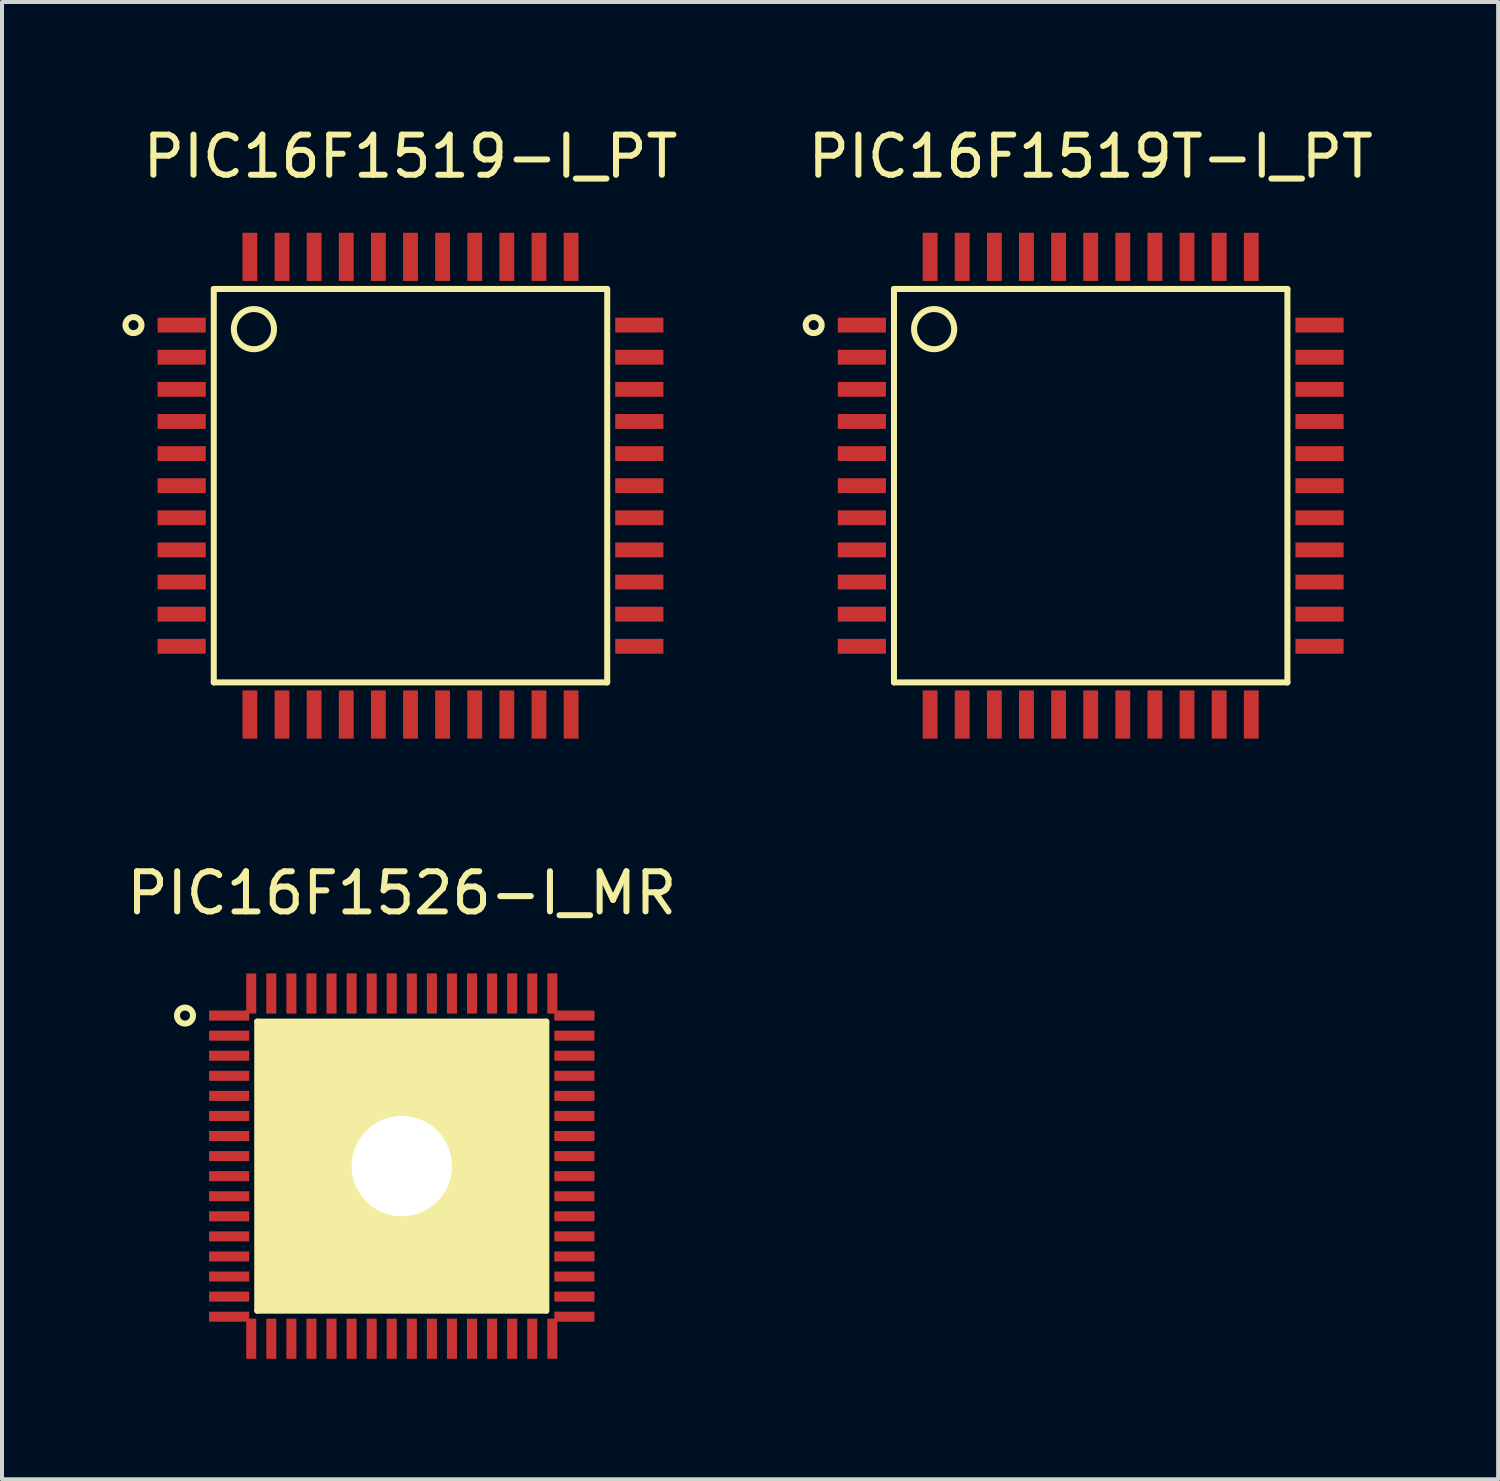
<source format=kicad_pcb>
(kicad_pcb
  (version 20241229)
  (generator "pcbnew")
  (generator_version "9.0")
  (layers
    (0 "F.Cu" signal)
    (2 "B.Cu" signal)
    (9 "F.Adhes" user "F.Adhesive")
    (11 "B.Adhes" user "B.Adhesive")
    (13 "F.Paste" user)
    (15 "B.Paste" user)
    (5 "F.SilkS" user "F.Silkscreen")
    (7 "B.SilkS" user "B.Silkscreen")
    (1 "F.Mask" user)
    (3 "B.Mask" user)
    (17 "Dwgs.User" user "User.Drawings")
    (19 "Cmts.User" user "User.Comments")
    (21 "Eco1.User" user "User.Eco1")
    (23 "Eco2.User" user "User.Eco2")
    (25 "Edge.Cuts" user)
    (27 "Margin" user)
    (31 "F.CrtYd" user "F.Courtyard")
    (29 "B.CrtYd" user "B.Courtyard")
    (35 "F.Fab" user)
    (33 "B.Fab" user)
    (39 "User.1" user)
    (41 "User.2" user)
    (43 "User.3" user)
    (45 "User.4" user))
  (footprint "PIC16F1526-I_MR"
    (layer "F.Cu")
    (at 2.658 21.697)
    (property "Reference" "PIC16F1526-I_MR" (at 4.3 -2.5 0) (layer "F.SilkS") (effects (font (size 1 1) (thickness 0.15))))
    (attr through_hole)
    (fp_line (start 0.7 0.7) (end 0.7 7.9) (stroke (width 0.15) (type solid)) (layer "F.SilkS"))
    (fp_line (start 0.7 0.7) (end 7.9 0.7) (stroke (width 0.15) (type solid)) (layer "F.SilkS"))
    (fp_line (start 0.7 7.9) (end 7.9 7.9) (stroke (width 0.15) (type solid)) (layer "F.SilkS"))
    (fp_line (start 7.9 7.9) (end 7.9 0.7) (stroke (width 0.15) (type solid)) (layer "F.SilkS"))
    (fp_circle (center -1.1 0.55) (end -1.1 0.35) (stroke (width 0.15) (type solid)) (fill no) (layer "F.SilkS"))
    (fp_circle (center 1.7 1.7) (end 1.7 1.2) (stroke (width 0.15) (type solid)) (fill no) (layer "F.SilkS"))
    (pad "1" smd rect (at 0 0.55) (size 1 0.25) (layers "F.Cu" "F.Mask" "F.Paste"))
    (pad "2" smd rect (at 0 1.05) (size 1 0.25) (layers "F.Cu" "F.Mask" "F.Paste"))
    (pad "3" smd rect (at 0 1.55) (size 1 0.25) (layers "F.Cu" "F.Mask" "F.Paste"))
    (pad "4" smd rect (at 0 2.05) (size 1 0.25) (layers "F.Cu" "F.Mask" "F.Paste"))
    (pad "5" smd rect (at 0 2.55) (size 1 0.25) (layers "F.Cu" "F.Mask" "F.Paste"))
    (pad "6" smd rect (at 0 3.05) (size 1 0.25) (layers "F.Cu" "F.Mask" "F.Paste"))
    (pad "7" smd rect (at 0 3.55) (size 1 0.25) (layers "F.Cu" "F.Mask" "F.Paste"))
    (pad "8" smd rect (at 0 4.05) (size 1 0.25) (layers "F.Cu" "F.Mask" "F.Paste"))
    (pad "9" smd rect (at 0 4.55) (size 1 0.25) (layers "F.Cu" "F.Mask" "F.Paste"))
    (pad "10" smd rect (at 0 5.05) (size 1 0.25) (layers "F.Cu" "F.Mask" "F.Paste"))
    (pad "11" smd rect (at 0 5.55) (size 1 0.25) (layers "F.Cu" "F.Mask" "F.Paste"))
    (pad "12" smd rect (at 0 6.05) (size 1 0.25) (layers "F.Cu" "F.Mask" "F.Paste"))
    (pad "13" smd rect (at 0 6.55) (size 1 0.25) (layers "F.Cu" "F.Mask" "F.Paste"))
    (pad "14" smd rect (at 0 7.05) (size 1 0.25) (layers "F.Cu" "F.Mask" "F.Paste"))
    (pad "15" smd rect (at 0 7.55) (size 1 0.25) (layers "F.Cu" "F.Mask" "F.Paste"))
    (pad "16" smd rect (at 0 8.05) (size 1 0.25) (layers "F.Cu" "F.Mask" "F.Paste"))
    (pad "17" smd rect (at 0.55 8.6) (size 0.25 1) (layers "F.Cu" "F.Mask" "F.Paste"))
    (pad "18" smd rect (at 1.05 8.6) (size 0.25 1) (layers "F.Cu" "F.Mask" "F.Paste"))
    (pad "19" smd rect (at 1.55 8.6) (size 0.25 1) (layers "F.Cu" "F.Mask" "F.Paste"))
    (pad "20" smd rect (at 2.05 8.6) (size 0.25 1) (layers "F.Cu" "F.Mask" "F.Paste"))
    (pad "21" smd rect (at 2.55 8.6) (size 0.25 1) (layers "F.Cu" "F.Mask" "F.Paste"))
    (pad "22" smd rect (at 3.05 8.6) (size 0.25 1) (layers "F.Cu" "F.Mask" "F.Paste"))
    (pad "23" smd rect (at 3.55 8.6) (size 0.25 1) (layers "F.Cu" "F.Mask" "F.Paste"))
    (pad "24" smd rect (at 4.05 8.6) (size 0.25 1) (layers "F.Cu" "F.Mask" "F.Paste"))
    (pad "25" smd rect (at 4.55 8.6) (size 0.25 1) (layers "F.Cu" "F.Mask" "F.Paste"))
    (pad "26" smd rect (at 5.05 8.6) (size 0.25 1) (layers "F.Cu" "F.Mask" "F.Paste"))
    (pad "27" smd rect (at 5.55 8.6) (size 0.25 1) (layers "F.Cu" "F.Mask" "F.Paste"))
    (pad "28" smd rect (at 6.05 8.6) (size 0.25 1) (layers "F.Cu" "F.Mask" "F.Paste"))
    (pad "29" smd rect (at 6.55 8.6) (size 0.25 1) (layers "F.Cu" "F.Mask" "F.Paste"))
    (pad "30" smd rect (at 7.05 8.6) (size 0.25 1) (layers "F.Cu" "F.Mask" "F.Paste"))
    (pad "31" smd rect (at 7.55 8.6) (size 0.25 1) (layers "F.Cu" "F.Mask" "F.Paste"))
    (pad "32" smd rect (at 8.05 8.6) (size 0.25 1) (layers "F.Cu" "F.Mask" "F.Paste"))
    (pad "33" smd rect (at 8.6 8.05) (size 1 0.25) (layers "F.Cu" "F.Mask" "F.Paste"))
    (pad "34" smd rect (at 8.6 7.55) (size 1 0.25) (layers "F.Cu" "F.Mask" "F.Paste"))
    (pad "35" smd rect (at 8.6 7.05) (size 1 0.25) (layers "F.Cu" "F.Mask" "F.Paste"))
    (pad "36" smd rect (at 8.6 6.55) (size 1 0.25) (layers "F.Cu" "F.Mask" "F.Paste"))
    (pad "37" smd rect (at 8.6 6.05) (size 1 0.25) (layers "F.Cu" "F.Mask" "F.Paste"))
    (pad "38" smd rect (at 8.6 5.55) (size 1 0.25) (layers "F.Cu" "F.Mask" "F.Paste"))
    (pad "39" smd rect (at 8.6 5.05) (size 1 0.25) (layers "F.Cu" "F.Mask" "F.Paste"))
    (pad "40" smd rect (at 8.6 4.55) (size 1 0.25) (layers "F.Cu" "F.Mask" "F.Paste"))
    (pad "41" smd rect (at 8.6 4.05) (size 1 0.25) (layers "F.Cu" "F.Mask" "F.Paste"))
    (pad "42" smd rect (at 8.6 3.55) (size 1 0.25) (layers "F.Cu" "F.Mask" "F.Paste"))
    (pad "43" smd rect (at 8.6 3.05) (size 1 0.25) (layers "F.Cu" "F.Mask" "F.Paste"))
    (pad "44" smd rect (at 8.6 2.55) (size 1 0.25) (layers "F.Cu" "F.Mask" "F.Paste"))
    (pad "45" smd rect (at 8.6 2.05) (size 1 0.25) (layers "F.Cu" "F.Mask" "F.Paste"))
    (pad "46" smd rect (at 8.6 1.55) (size 1 0.25) (layers "F.Cu" "F.Mask" "F.Paste"))
    (pad "47" smd rect (at 8.6 1.05) (size 1 0.25) (layers "F.Cu" "F.Mask" "F.Paste"))
    (pad "48" smd rect (at 8.6 0.55) (size 1 0.25) (layers "F.Cu" "F.Mask" "F.Paste"))
    (pad "49" smd rect (at 8.05 0) (size 0.25 1) (layers "F.Cu" "F.Mask" "F.Paste"))
    (pad "50" smd rect (at 7.55 0) (size 0.25 1) (layers "F.Cu" "F.Mask" "F.Paste"))
    (pad "51" smd rect (at 7.05 0) (size 0.25 1) (layers "F.Cu" "F.Mask" "F.Paste"))
    (pad "52" smd rect (at 6.55 0) (size 0.25 1) (layers "F.Cu" "F.Mask" "F.Paste"))
    (pad "53" smd rect (at 6.05 0) (size 0.25 1) (layers "F.Cu" "F.Mask" "F.Paste"))
    (pad "54" smd rect (at 5.55 0) (size 0.25 1) (layers "F.Cu" "F.Mask" "F.Paste"))
    (pad "55" smd rect (at 5.05 0) (size 0.25 1) (layers "F.Cu" "F.Mask" "F.Paste"))
    (pad "56" smd rect (at 4.55 0) (size 0.25 1) (layers "F.Cu" "F.Mask" "F.Paste"))
    (pad "57" smd rect (at 4.05 0) (size 0.25 1) (layers "F.Cu" "F.Mask" "F.Paste"))
    (pad "58" smd rect (at 3.55 0) (size 0.25 1) (layers "F.Cu" "F.Mask" "F.Paste"))
    (pad "59" smd rect (at 3.05 0) (size 0.25 1) (layers "F.Cu" "F.Mask" "F.Paste"))
    (pad "60" smd rect (at 2.55 0) (size 0.25 1) (layers "F.Cu" "F.Mask" "F.Paste"))
    (pad "61" smd rect (at 2.05 0) (size 0.25 1) (layers "F.Cu" "F.Mask" "F.Paste"))
    (pad "62" smd rect (at 1.55 0) (size 0.25 1) (layers "F.Cu" "F.Mask" "F.Paste"))
    (pad "63" smd rect (at 1.05 0) (size 0.25 1) (layers "F.Cu" "F.Mask" "F.Paste"))
    (pad "64" smd rect (at 0.55 0) (size 0.25 1) (layers "F.Cu" "F.Mask" "F.Paste"))
    (pad "999" thru_hole rect (at 4.3 4.3) (size 7.15 7.15) (drill 2.5) (layers "*.Cu" "*.Mask" "F.SilkS")))
  (footprint "PIC16F1519T-I_PT"
    (layer "F.Cu")
    (at 18.418 3.348)
    (property "Reference" "PIC16F1519T-I_PT" (at 5.7 -2.5 0) (layer "F.SilkS") (effects (font (size 1 1) (thickness 0.15))))
    (attr through_hole)
    (fp_line (start 0.8 0.8) (end 0.8 10.6) (stroke (width 0.15) (type solid)) (layer "F.SilkS"))
    (fp_line (start 0.8 0.8) (end 10.6 0.8) (stroke (width 0.15) (type solid)) (layer "F.SilkS"))
    (fp_line (start 0.8 10.6) (end 10.6 10.6) (stroke (width 0.15) (type solid)) (layer "F.SilkS"))
    (fp_line (start 10.6 10.6) (end 10.6 0.8) (stroke (width 0.15) (type solid)) (layer "F.SilkS"))
    (fp_circle (center -1.2 1.7) (end -1.2 1.5) (stroke (width 0.15) (type solid)) (fill no) (layer "F.SilkS"))
    (fp_circle (center 1.8 1.8) (end 1.8 1.3) (stroke (width 0.15) (type solid)) (fill no) (layer "F.SilkS"))
    (pad "1" smd rect (at 0 1.7) (size 1.2 0.37) (layers "F.Cu" "F.Mask" "F.Paste"))
    (pad "2" smd rect (at 0 2.5) (size 1.2 0.37) (layers "F.Cu" "F.Mask" "F.Paste"))
    (pad "3" smd rect (at 0 3.3) (size 1.2 0.37) (layers "F.Cu" "F.Mask" "F.Paste"))
    (pad "4" smd rect (at 0 4.1) (size 1.2 0.37) (layers "F.Cu" "F.Mask" "F.Paste"))
    (pad "5" smd rect (at 0 4.9) (size 1.2 0.37) (layers "F.Cu" "F.Mask" "F.Paste"))
    (pad "6" smd rect (at 0 5.7) (size 1.2 0.37) (layers "F.Cu" "F.Mask" "F.Paste"))
    (pad "7" smd rect (at 0 6.5) (size 1.2 0.37) (layers "F.Cu" "F.Mask" "F.Paste"))
    (pad "8" smd rect (at 0 7.3) (size 1.2 0.37) (layers "F.Cu" "F.Mask" "F.Paste"))
    (pad "9" smd rect (at 0 8.1) (size 1.2 0.37) (layers "F.Cu" "F.Mask" "F.Paste"))
    (pad "10" smd rect (at 0 8.9) (size 1.2 0.37) (layers "F.Cu" "F.Mask" "F.Paste"))
    (pad "11" smd rect (at 0 9.7) (size 1.2 0.37) (layers "F.Cu" "F.Mask" "F.Paste"))
    (pad "12" smd rect (at 1.7 11.4) (size 0.37 1.2) (layers "F.Cu" "F.Mask" "F.Paste"))
    (pad "13" smd rect (at 2.5 11.4) (size 0.37 1.2) (layers "F.Cu" "F.Mask" "F.Paste"))
    (pad "14" smd rect (at 3.3 11.4) (size 0.37 1.2) (layers "F.Cu" "F.Mask" "F.Paste"))
    (pad "15" smd rect (at 4.1 11.4) (size 0.37 1.2) (layers "F.Cu" "F.Mask" "F.Paste"))
    (pad "16" smd rect (at 4.9 11.4) (size 0.37 1.2) (layers "F.Cu" "F.Mask" "F.Paste"))
    (pad "17" smd rect (at 5.7 11.4) (size 0.37 1.2) (layers "F.Cu" "F.Mask" "F.Paste"))
    (pad "18" smd rect (at 6.5 11.4) (size 0.37 1.2) (layers "F.Cu" "F.Mask" "F.Paste"))
    (pad "19" smd rect (at 7.3 11.4) (size 0.37 1.2) (layers "F.Cu" "F.Mask" "F.Paste"))
    (pad "20" smd rect (at 8.1 11.4) (size 0.37 1.2) (layers "F.Cu" "F.Mask" "F.Paste"))
    (pad "21" smd rect (at 8.9 11.4) (size 0.37 1.2) (layers "F.Cu" "F.Mask" "F.Paste"))
    (pad "22" smd rect (at 9.7 11.4) (size 0.37 1.2) (layers "F.Cu" "F.Mask" "F.Paste"))
    (pad "23" smd rect (at 11.4 9.7) (size 1.2 0.37) (layers "F.Cu" "F.Mask" "F.Paste"))
    (pad "24" smd rect (at 11.4 8.9) (size 1.2 0.37) (layers "F.Cu" "F.Mask" "F.Paste"))
    (pad "25" smd rect (at 11.4 8.1) (size 1.2 0.37) (layers "F.Cu" "F.Mask" "F.Paste"))
    (pad "26" smd rect (at 11.4 7.3) (size 1.2 0.37) (layers "F.Cu" "F.Mask" "F.Paste"))
    (pad "27" smd rect (at 11.4 6.5) (size 1.2 0.37) (layers "F.Cu" "F.Mask" "F.Paste"))
    (pad "28" smd rect (at 11.4 5.7) (size 1.2 0.37) (layers "F.Cu" "F.Mask" "F.Paste"))
    (pad "29" smd rect (at 11.4 4.9) (size 1.2 0.37) (layers "F.Cu" "F.Mask" "F.Paste"))
    (pad "30" smd rect (at 11.4 4.1) (size 1.2 0.37) (layers "F.Cu" "F.Mask" "F.Paste"))
    (pad "31" smd rect (at 11.4 3.3) (size 1.2 0.37) (layers "F.Cu" "F.Mask" "F.Paste"))
    (pad "32" smd rect (at 11.4 2.5) (size 1.2 0.37) (layers "F.Cu" "F.Mask" "F.Paste"))
    (pad "33" smd rect (at 11.4 1.7) (size 1.2 0.37) (layers "F.Cu" "F.Mask" "F.Paste"))
    (pad "34" smd rect (at 9.7 0) (size 0.37 1.2) (layers "F.Cu" "F.Mask" "F.Paste"))
    (pad "35" smd rect (at 8.9 0) (size 0.37 1.2) (layers "F.Cu" "F.Mask" "F.Paste"))
    (pad "36" smd rect (at 8.1 0) (size 0.37 1.2) (layers "F.Cu" "F.Mask" "F.Paste"))
    (pad "37" smd rect (at 7.3 0) (size 0.37 1.2) (layers "F.Cu" "F.Mask" "F.Paste"))
    (pad "38" smd rect (at 6.5 0) (size 0.37 1.2) (layers "F.Cu" "F.Mask" "F.Paste"))
    (pad "39" smd rect (at 5.7 0) (size 0.37 1.2) (layers "F.Cu" "F.Mask" "F.Paste"))
    (pad "40" smd rect (at 4.9 0) (size 0.37 1.2) (layers "F.Cu" "F.Mask" "F.Paste"))
    (pad "41" smd rect (at 4.1 0) (size 0.37 1.2) (layers "F.Cu" "F.Mask" "F.Paste"))
    (pad "42" smd rect (at 3.3 0) (size 0.37 1.2) (layers "F.Cu" "F.Mask" "F.Paste"))
    (pad "43" smd rect (at 2.5 0) (size 0.37 1.2) (layers "F.Cu" "F.Mask" "F.Paste"))
    (pad "44" smd rect (at 1.7 0) (size 0.37 1.2) (layers "F.Cu" "F.Mask" "F.Paste")))
  (footprint "PIC16F1519-I_PT"
    (layer "F.Cu")
    (at 1.475 3.348)
    (property "Reference" "PIC16F1519-I_PT" (at 5.7 -2.5 0) (layer "F.SilkS") (effects (font (size 1 1) (thickness 0.15))))
    (attr through_hole)
    (fp_line (start 0.8 0.8) (end 0.8 10.6) (stroke (width 0.15) (type solid)) (layer "F.SilkS"))
    (fp_line (start 0.8 0.8) (end 10.6 0.8) (stroke (width 0.15) (type solid)) (layer "F.SilkS"))
    (fp_line (start 0.8 10.6) (end 10.6 10.6) (stroke (width 0.15) (type solid)) (layer "F.SilkS"))
    (fp_line (start 10.6 10.6) (end 10.6 0.8) (stroke (width 0.15) (type solid)) (layer "F.SilkS"))
    (fp_circle (center -1.2 1.7) (end -1.2 1.5) (stroke (width 0.15) (type solid)) (fill no) (layer "F.SilkS"))
    (fp_circle (center 1.8 1.8) (end 1.8 1.3) (stroke (width 0.15) (type solid)) (fill no) (layer "F.SilkS"))
    (pad "1" smd rect (at 0 1.7) (size 1.2 0.37) (layers "F.Cu" "F.Mask" "F.Paste"))
    (pad "2" smd rect (at 0 2.5) (size 1.2 0.37) (layers "F.Cu" "F.Mask" "F.Paste"))
    (pad "3" smd rect (at 0 3.3) (size 1.2 0.37) (layers "F.Cu" "F.Mask" "F.Paste"))
    (pad "4" smd rect (at 0 4.1) (size 1.2 0.37) (layers "F.Cu" "F.Mask" "F.Paste"))
    (pad "5" smd rect (at 0 4.9) (size 1.2 0.37) (layers "F.Cu" "F.Mask" "F.Paste"))
    (pad "6" smd rect (at 0 5.7) (size 1.2 0.37) (layers "F.Cu" "F.Mask" "F.Paste"))
    (pad "7" smd rect (at 0 6.5) (size 1.2 0.37) (layers "F.Cu" "F.Mask" "F.Paste"))
    (pad "8" smd rect (at 0 7.3) (size 1.2 0.37) (layers "F.Cu" "F.Mask" "F.Paste"))
    (pad "9" smd rect (at 0 8.1) (size 1.2 0.37) (layers "F.Cu" "F.Mask" "F.Paste"))
    (pad "10" smd rect (at 0 8.9) (size 1.2 0.37) (layers "F.Cu" "F.Mask" "F.Paste"))
    (pad "11" smd rect (at 0 9.7) (size 1.2 0.37) (layers "F.Cu" "F.Mask" "F.Paste"))
    (pad "12" smd rect (at 1.7 11.4) (size 0.37 1.2) (layers "F.Cu" "F.Mask" "F.Paste"))
    (pad "13" smd rect (at 2.5 11.4) (size 0.37 1.2) (layers "F.Cu" "F.Mask" "F.Paste"))
    (pad "14" smd rect (at 3.3 11.4) (size 0.37 1.2) (layers "F.Cu" "F.Mask" "F.Paste"))
    (pad "15" smd rect (at 4.1 11.4) (size 0.37 1.2) (layers "F.Cu" "F.Mask" "F.Paste"))
    (pad "16" smd rect (at 4.9 11.4) (size 0.37 1.2) (layers "F.Cu" "F.Mask" "F.Paste"))
    (pad "17" smd rect (at 5.7 11.4) (size 0.37 1.2) (layers "F.Cu" "F.Mask" "F.Paste"))
    (pad "18" smd rect (at 6.5 11.4) (size 0.37 1.2) (layers "F.Cu" "F.Mask" "F.Paste"))
    (pad "19" smd rect (at 7.3 11.4) (size 0.37 1.2) (layers "F.Cu" "F.Mask" "F.Paste"))
    (pad "20" smd rect (at 8.1 11.4) (size 0.37 1.2) (layers "F.Cu" "F.Mask" "F.Paste"))
    (pad "21" smd rect (at 8.9 11.4) (size 0.37 1.2) (layers "F.Cu" "F.Mask" "F.Paste"))
    (pad "22" smd rect (at 9.7 11.4) (size 0.37 1.2) (layers "F.Cu" "F.Mask" "F.Paste"))
    (pad "23" smd rect (at 11.4 9.7) (size 1.2 0.37) (layers "F.Cu" "F.Mask" "F.Paste"))
    (pad "24" smd rect (at 11.4 8.9) (size 1.2 0.37) (layers "F.Cu" "F.Mask" "F.Paste"))
    (pad "25" smd rect (at 11.4 8.1) (size 1.2 0.37) (layers "F.Cu" "F.Mask" "F.Paste"))
    (pad "26" smd rect (at 11.4 7.3) (size 1.2 0.37) (layers "F.Cu" "F.Mask" "F.Paste"))
    (pad "27" smd rect (at 11.4 6.5) (size 1.2 0.37) (layers "F.Cu" "F.Mask" "F.Paste"))
    (pad "28" smd rect (at 11.4 5.7) (size 1.2 0.37) (layers "F.Cu" "F.Mask" "F.Paste"))
    (pad "29" smd rect (at 11.4 4.9) (size 1.2 0.37) (layers "F.Cu" "F.Mask" "F.Paste"))
    (pad "30" smd rect (at 11.4 4.1) (size 1.2 0.37) (layers "F.Cu" "F.Mask" "F.Paste"))
    (pad "31" smd rect (at 11.4 3.3) (size 1.2 0.37) (layers "F.Cu" "F.Mask" "F.Paste"))
    (pad "32" smd rect (at 11.4 2.5) (size 1.2 0.37) (layers "F.Cu" "F.Mask" "F.Paste"))
    (pad "33" smd rect (at 11.4 1.7) (size 1.2 0.37) (layers "F.Cu" "F.Mask" "F.Paste"))
    (pad "34" smd rect (at 9.7 0) (size 0.37 1.2) (layers "F.Cu" "F.Mask" "F.Paste"))
    (pad "35" smd rect (at 8.9 0) (size 0.37 1.2) (layers "F.Cu" "F.Mask" "F.Paste"))
    (pad "36" smd rect (at 8.1 0) (size 0.37 1.2) (layers "F.Cu" "F.Mask" "F.Paste"))
    (pad "37" smd rect (at 7.3 0) (size 0.37 1.2) (layers "F.Cu" "F.Mask" "F.Paste"))
    (pad "38" smd rect (at 6.5 0) (size 0.37 1.2) (layers "F.Cu" "F.Mask" "F.Paste"))
    (pad "39" smd rect (at 5.7 0) (size 0.37 1.2) (layers "F.Cu" "F.Mask" "F.Paste"))
    (pad "40" smd rect (at 4.9 0) (size 0.37 1.2) (layers "F.Cu" "F.Mask" "F.Paste"))
    (pad "41" smd rect (at 4.1 0) (size 0.37 1.2) (layers "F.Cu" "F.Mask" "F.Paste"))
    (pad "42" smd rect (at 3.3 0) (size 0.37 1.2) (layers "F.Cu" "F.Mask" "F.Paste"))
    (pad "43" smd rect (at 2.5 0) (size 0.37 1.2) (layers "F.Cu" "F.Mask" "F.Paste"))
    (pad "44" smd rect (at 1.7 0) (size 0.37 1.2) (layers "F.Cu" "F.Mask" "F.Paste")))
  (gr_rect
    (start -3 -3)
    (end 34.267 33.797)
    (stroke (width 0.1) (type default))
    (fill no)
    (layer "Edge.Cuts")))
</source>
